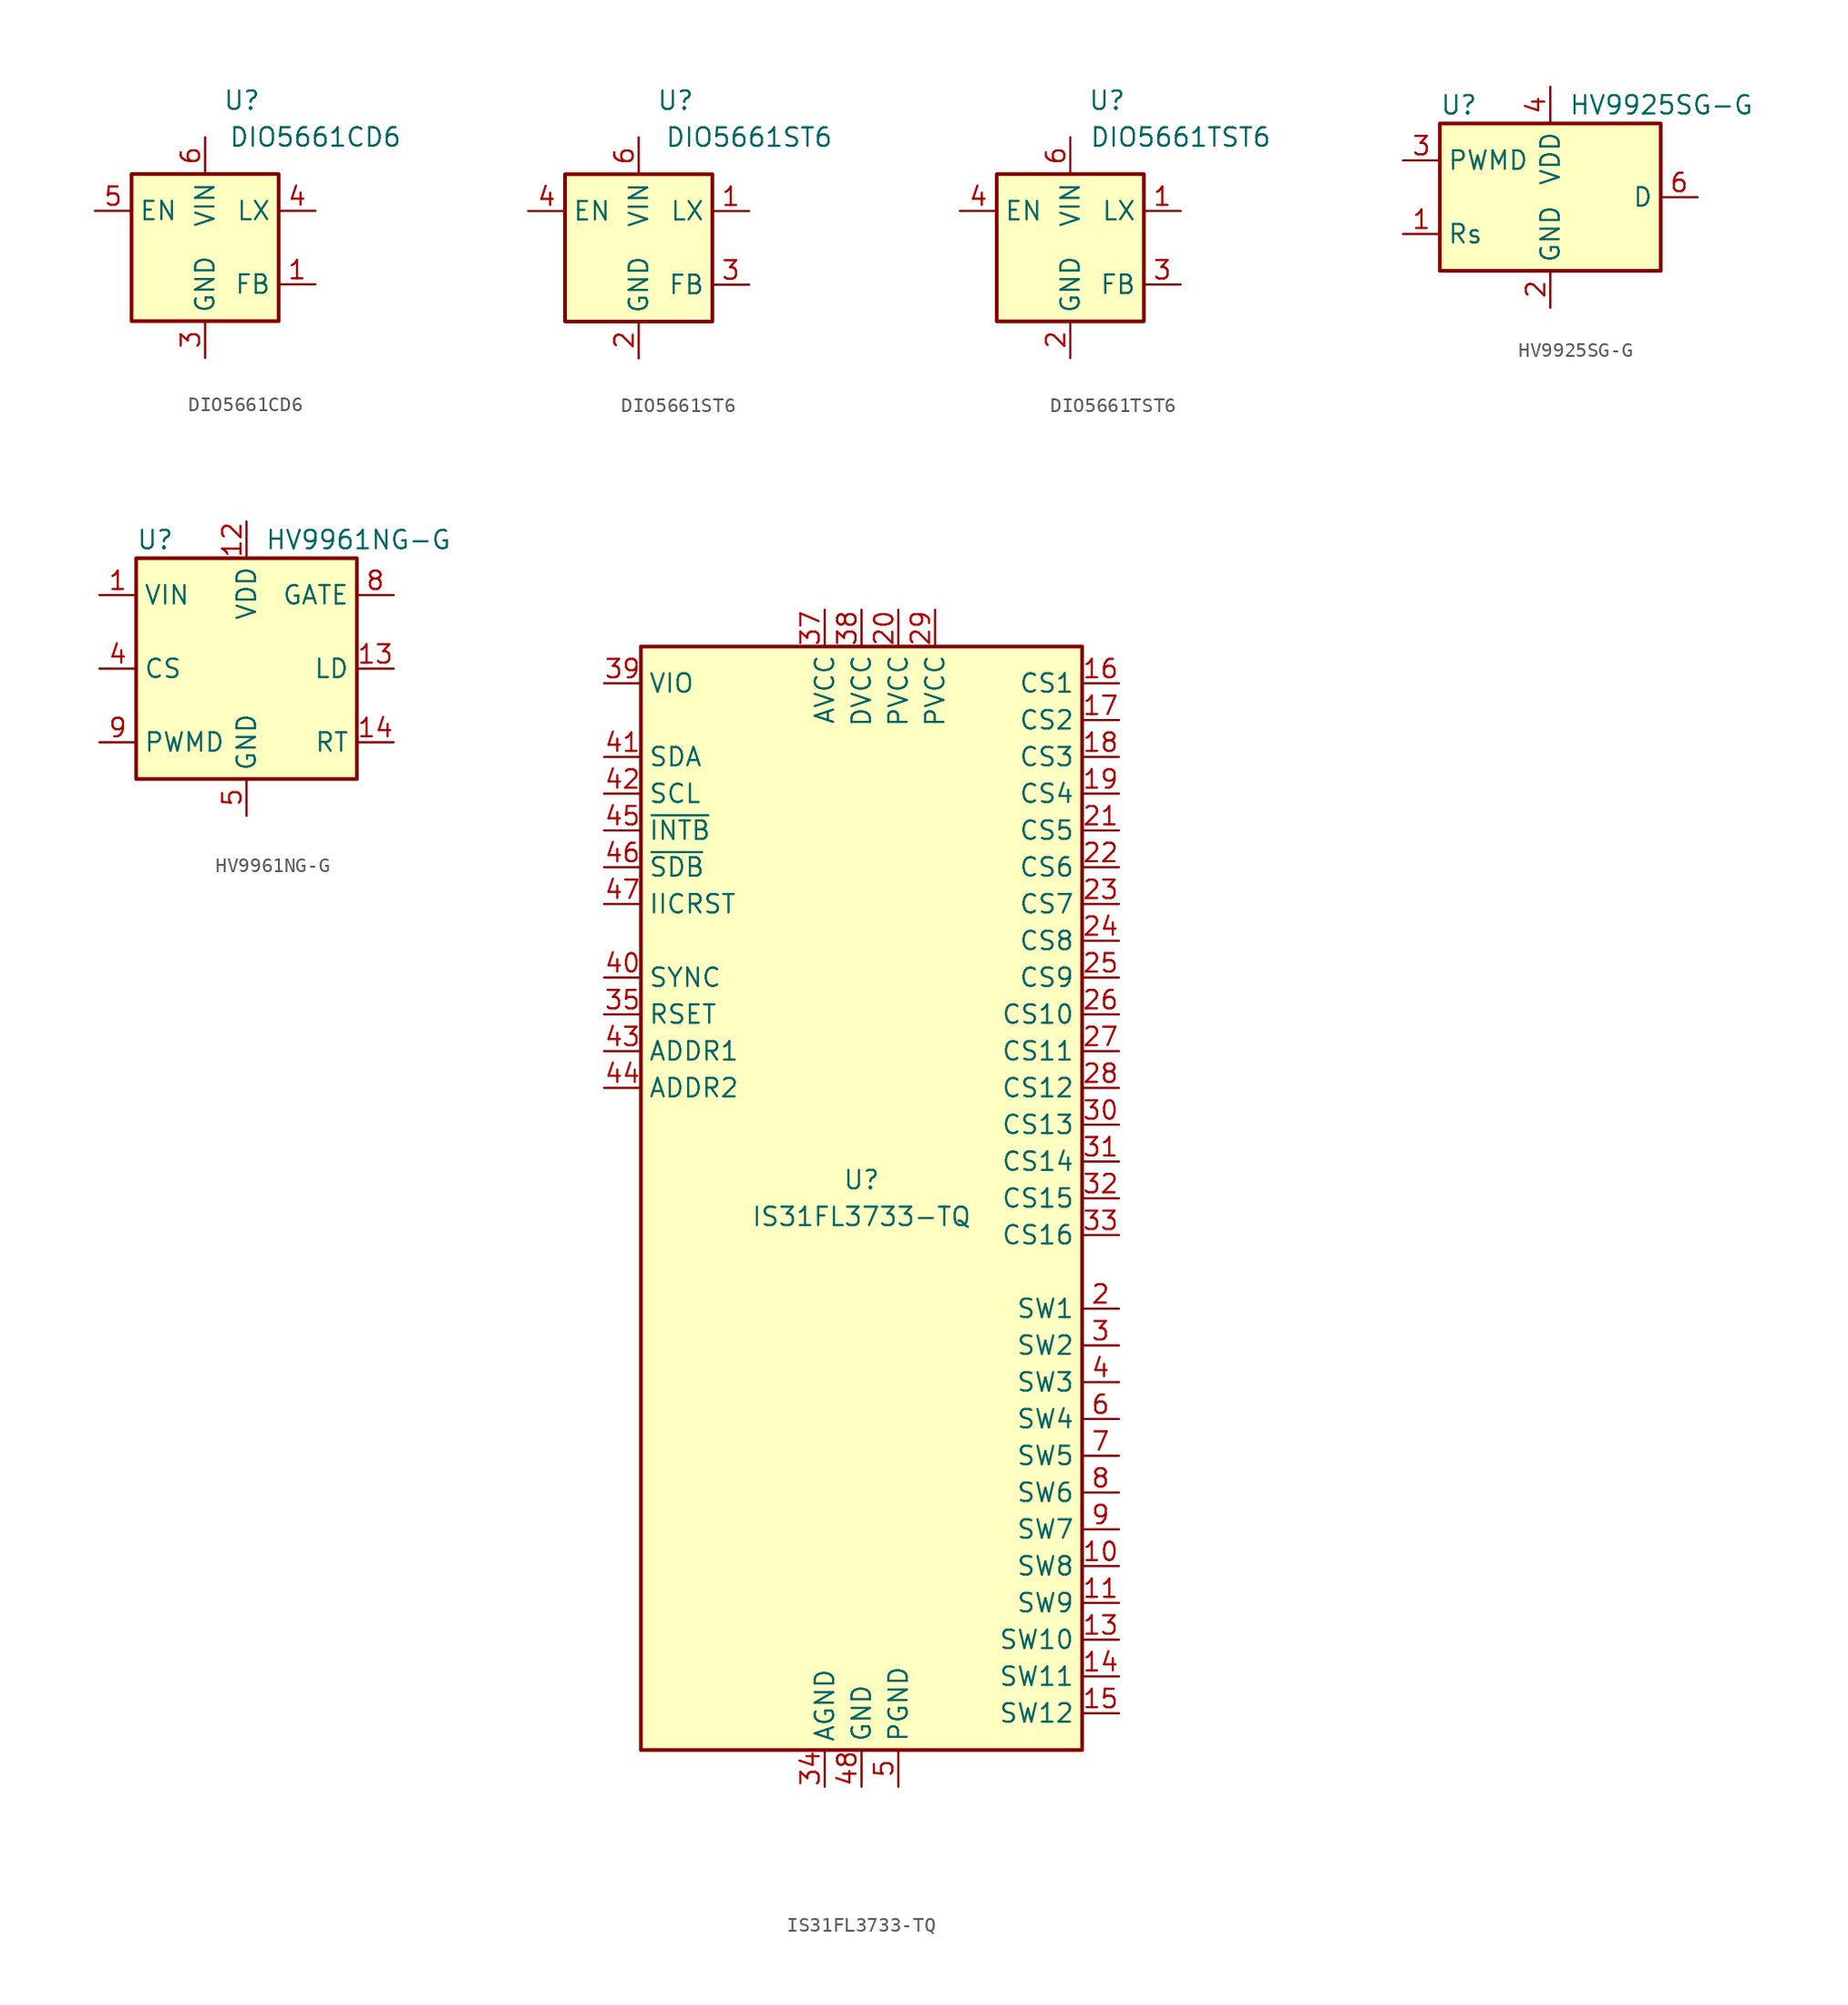
<source format=kicad_sym>
(kicad_symbol_lib
  (version 20200908)
  (generator kicad_symbol_editor)
  (symbol "Driver_LED:DIO5661CD6"
    (property "Reference" "U"
      (at 2.54 10.16 0)
      (effects (font (size 1.27 1.27))))
    (property "Value" "DIO5661CD6"
      (at 7.62 7.62 0)
      (effects (font (size 1.27 1.27))))
    (symbol "DIO5661CD6_0_1"
      (rectangle (start 5.08 -5.08) (end -5.08 5.08) (stroke (width 0.254)) (fill (type background))))
    (symbol "DIO5661CD6_1_1"
      (pin input line (at 7.62 -2.54 180) (length 2.54) (name "FB" (effects (font (size 1.27 1.27)))) (number "1" (effects (font (size 1.27 1.27)))))
      (pin unconnected line (at -5.08 -2.54 0) (length 2.54) hide (name "~" (effects (font (size 1.27 1.27)))) (number "2" (effects (font (size 1.27 1.27)))))
      (pin power_in line (at 0 -7.62 90) (length 2.54) (name "GND" (effects (font (size 1.27 1.27)))) (number "3" (effects (font (size 1.27 1.27)))))
      (pin open_collector line (at 7.62 2.54 180) (length 2.54) (name "LX" (effects (font (size 1.27 1.27)))) (number "4" (effects (font (size 1.27 1.27)))))
      (pin input line (at -7.62 2.54 0) (length 2.54) (name "EN" (effects (font (size 1.27 1.27)))) (number "5" (effects (font (size 1.27 1.27)))))
      (pin power_in line (at 0 7.62 270) (length 2.54) (name "VIN" (effects (font (size 1.27 1.27)))) (number "6" (effects (font (size 1.27 1.27)))))
      (pin passive line (at 0 -7.62 90) (length 2.54) hide (name "GND" (effects (font (size 1.27 1.27)))) (number "7" (effects (font (size 1.27 1.27)))))))
  (symbol "Driver_LED:DIO5661ST6"
    (property "Reference" "U"
      (at 2.54 10.16 0)
      (effects (font (size 1.27 1.27))))
    (property "Value" "DIO5661ST6"
      (at 7.62 7.62 0)
      (effects (font (size 1.27 1.27))))
    (symbol "DIO5661ST6_0_1"
      (rectangle (start 5.08 -5.08) (end -5.08 5.08) (stroke (width 0.254)) (fill (type background))))
    (symbol "DIO5661ST6_1_1"
      (pin open_collector line (at 7.62 2.54 180) (length 2.54) (name "LX" (effects (font (size 1.27 1.27)))) (number "1" (effects (font (size 1.27 1.27)))))
      (pin power_in line (at 0 -7.62 90) (length 2.54) (name "GND" (effects (font (size 1.27 1.27)))) (number "2" (effects (font (size 1.27 1.27)))))
      (pin input line (at 7.62 -2.54 180) (length 2.54) (name "FB" (effects (font (size 1.27 1.27)))) (number "3" (effects (font (size 1.27 1.27)))))
      (pin input line (at -7.62 2.54 0) (length 2.54) (name "EN" (effects (font (size 1.27 1.27)))) (number "4" (effects (font (size 1.27 1.27)))))
      (pin unconnected line (at -5.08 -2.54 0) (length 2.54) hide (name "~" (effects (font (size 1.27 1.27)))) (number "5" (effects (font (size 1.27 1.27)))))
      (pin power_in line (at 0 7.62 270) (length 2.54) (name "VIN" (effects (font (size 1.27 1.27)))) (number "6" (effects (font (size 1.27 1.27)))))))
  (symbol "Driver_LED:DIO5661TST6"
    (property "Reference" "U"
      (at 2.54 10.16 0)
      (effects (font (size 1.27 1.27))))
    (property "Value" "DIO5661TST6"
      (at 7.62 7.62 0)
      (effects (font (size 1.27 1.27))))
    (symbol "DIO5661TST6_0_1"
      (rectangle (start 5.08 -5.08) (end -5.08 5.08) (stroke (width 0.254)) (fill (type background))))
    (symbol "DIO5661TST6_1_1"
      (pin open_collector line (at 7.62 2.54 180) (length 2.54) (name "LX" (effects (font (size 1.27 1.27)))) (number "1" (effects (font (size 1.27 1.27)))))
      (pin power_in line (at 0 -7.62 90) (length 2.54) (name "GND" (effects (font (size 1.27 1.27)))) (number "2" (effects (font (size 1.27 1.27)))))
      (pin input line (at 7.62 -2.54 180) (length 2.54) (name "FB" (effects (font (size 1.27 1.27)))) (number "3" (effects (font (size 1.27 1.27)))))
      (pin input line (at -7.62 2.54 0) (length 2.54) (name "EN" (effects (font (size 1.27 1.27)))) (number "4" (effects (font (size 1.27 1.27)))))
      (pin unconnected line (at -5.08 -2.54 0) (length 2.54) hide (name "~" (effects (font (size 1.27 1.27)))) (number "5" (effects (font (size 1.27 1.27)))))
      (pin power_in line (at 0 7.62 270) (length 2.54) (name "VIN" (effects (font (size 1.27 1.27)))) (number "6" (effects (font (size 1.27 1.27)))))))
  (symbol "Driver_LED:HV9925SG-G"
    (property "Reference" "U"
      (at -7.62 6.35 0)
      (effects (font (size 1.27 1.27)) (justify left)))
    (property "Value" "HV9925SG-G"
      (at 1.27 6.35 0)
      (effects (font (size 1.27 1.27)) (justify left)))
    (symbol "HV9925SG-G_0_1"
      (rectangle (start -7.62 5.08) (end 7.62 -5.08) (stroke (width 0.254)) (fill (type background))))
    (symbol "HV9925SG-G_1_1"
      (pin passive line (at -10.16 -2.54 0) (length 2.54) (name "Rs" (effects (font (size 1.27 1.27)))) (number "1" (effects (font (size 1.27 1.27)))))
      (pin power_in line (at 0 -7.62 90) (length 2.54) (name "GND" (effects (font (size 1.27 1.27)))) (number "2" (effects (font (size 1.27 1.27)))))
      (pin input line (at -10.16 2.54 0) (length 2.54) (name "PWMD" (effects (font (size 1.27 1.27)))) (number "3" (effects (font (size 1.27 1.27)))))
      (pin power_out line (at 0 7.62 270) (length 2.54) (name "VDD" (effects (font (size 1.27 1.27)))) (number "4" (effects (font (size 1.27 1.27)))))
      (pin unconnected line (at -7.62 0 0) (length 2.54) hide (name "NC" (effects (font (size 1.27 1.27)))) (number "5" (effects (font (size 1.27 1.27)))))
      (pin input line (at 10.16 0 180) (length 2.54) (name "D" (effects (font (size 1.27 1.27)))) (number "6" (effects (font (size 1.27 1.27)))))
      (pin input line (at 10.16 0 180) (length 2.54) hide (name "D" (effects (font (size 1.27 1.27)))) (number "7" (effects (font (size 1.27 1.27)))))
      (pin input line (at 10.16 0 180) (length 2.54) hide (name "D" (effects (font (size 1.27 1.27)))) (number "8" (effects (font (size 1.27 1.27)))))))
  (symbol "Driver_LED:HV9961NG-G"
    (property "Reference" "U"
      (at -7.62 8.89 0)
      (effects (font (size 1.27 1.27)) (justify left)))
    (property "Value" "HV9961NG-G"
      (at 1.27 8.89 0)
      (effects (font (size 1.27 1.27)) (justify left)))
    (symbol "HV9961NG-G_0_1"
      (rectangle (start -7.62 7.62) (end 7.62 -7.62) (stroke (width 0.254)) (fill (type background))))
    (symbol "HV9961NG-G_1_1"
      (pin power_in line (at -10.16 5.08 0) (length 2.54) (name "VIN" (effects (font (size 1.27 1.27)))) (number "1" (effects (font (size 1.27 1.27)))))
      (pin unconnected line (at 7.62 -2.54 180) (length 2.54) hide (name "NC" (effects (font (size 1.27 1.27)))) (number "10" (effects (font (size 1.27 1.27)))))
      (pin unconnected line (at 7.62 0 180) (length 2.54) hide (name "NC" (effects (font (size 1.27 1.27)))) (number "11" (effects (font (size 1.27 1.27)))))
      (pin power_out line (at 0 10.16 270) (length 2.54) (name "VDD" (effects (font (size 1.27 1.27)))) (number "12" (effects (font (size 1.27 1.27)))))
      (pin input line (at 10.16 0 180) (length 2.54) (name "LD" (effects (font (size 1.27 1.27)))) (number "13" (effects (font (size 1.27 1.27)))))
      (pin input line (at 10.16 -5.08 180) (length 2.54) (name "RT" (effects (font (size 1.27 1.27)))) (number "14" (effects (font (size 1.27 1.27)))))
      (pin unconnected line (at 7.62 2.54 180) (length 2.54) hide (name "NC" (effects (font (size 1.27 1.27)))) (number "15" (effects (font (size 1.27 1.27)))))
      (pin unconnected line (at 7.62 5.08 180) (length 2.54) hide (name "NC" (effects (font (size 1.27 1.27)))) (number "16" (effects (font (size 1.27 1.27)))))
      (pin unconnected line (at -7.62 5.08 0) (length 2.54) hide (name "NC" (effects (font (size 1.27 1.27)))) (number "2" (effects (font (size 1.27 1.27)))))
      (pin unconnected line (at -7.62 2.54 0) (length 2.54) hide (name "NC" (effects (font (size 1.27 1.27)))) (number "3" (effects (font (size 1.27 1.27)))))
      (pin input line (at -10.16 0 0) (length 2.54) (name "CS" (effects (font (size 1.27 1.27)))) (number "4" (effects (font (size 1.27 1.27)))))
      (pin power_in line (at 0 -10.16 90) (length 2.54) (name "GND" (effects (font (size 1.27 1.27)))) (number "5" (effects (font (size 1.27 1.27)))))
      (pin unconnected line (at -7.62 0 0) (length 2.54) hide (name "NC" (effects (font (size 1.27 1.27)))) (number "6" (effects (font (size 1.27 1.27)))))
      (pin unconnected line (at -7.62 -2.54 0) (length 2.54) hide (name "NC" (effects (font (size 1.27 1.27)))) (number "7" (effects (font (size 1.27 1.27)))))
      (pin output line (at 10.16 5.08 180) (length 2.54) (name "GATE" (effects (font (size 1.27 1.27)))) (number "8" (effects (font (size 1.27 1.27)))))
      (pin output line (at -10.16 -5.08 0) (length 2.54) (name "PWMD" (effects (font (size 1.27 1.27)))) (number "9" (effects (font (size 1.27 1.27)))))))
  (symbol "Driver_LED:IS31FL3733-TQ"
    (property "Reference" "U"
      (at 0 1.27 0)
      (effects (font (size 1.27 1.27))))
    (property "Value" "IS31FL3733-TQ"
      (at 0 -1.27 0)
      (effects (font (size 1.27 1.27))))
    (symbol "IS31FL3733-TQ_0_1"
      (rectangle (start -15.24 38.1) (end 15.24 -38.1) (stroke (width 0.254)) (fill (type background))))
    (symbol "IS31FL3733-TQ_1_1"
      (pin unconnected line (at -15.24 -33.02 0) (length 2.54) hide (name "NC" (effects (font (size 1.27 1.27)))) (number "1" (effects (font (size 1.27 1.27)))))
      (pin input line (at 17.78 -25.4 180) (length 2.54) (name "SW8" (effects (font (size 1.27 1.27)))) (number "10" (effects (font (size 1.27 1.27)))))
      (pin input line (at 17.78 -27.94 180) (length 2.54) (name "SW9" (effects (font (size 1.27 1.27)))) (number "11" (effects (font (size 1.27 1.27)))))
      (pin passive line (at 2.54 -40.64 90) (length 2.54) hide (name "PGND" (effects (font (size 1.27 1.27)))) (number "12" (effects (font (size 1.27 1.27)))))
      (pin input line (at 17.78 -30.48 180) (length 2.54) (name "SW10" (effects (font (size 1.27 1.27)))) (number "13" (effects (font (size 1.27 1.27)))))
      (pin input line (at 17.78 -33.02 180) (length 2.54) (name "SW11" (effects (font (size 1.27 1.27)))) (number "14" (effects (font (size 1.27 1.27)))))
      (pin input line (at 17.78 -35.56 180) (length 2.54) (name "SW12" (effects (font (size 1.27 1.27)))) (number "15" (effects (font (size 1.27 1.27)))))
      (pin output line (at 17.78 35.56 180) (length 2.54) (name "CS1" (effects (font (size 1.27 1.27)))) (number "16" (effects (font (size 1.27 1.27)))))
      (pin output line (at 17.78 33.02 180) (length 2.54) (name "CS2" (effects (font (size 1.27 1.27)))) (number "17" (effects (font (size 1.27 1.27)))))
      (pin output line (at 17.78 30.48 180) (length 2.54) (name "CS3" (effects (font (size 1.27 1.27)))) (number "18" (effects (font (size 1.27 1.27)))))
      (pin output line (at 17.78 27.94 180) (length 2.54) (name "CS4" (effects (font (size 1.27 1.27)))) (number "19" (effects (font (size 1.27 1.27)))))
      (pin input line (at 17.78 -7.62 180) (length 2.54) (name "SW1" (effects (font (size 1.27 1.27)))) (number "2" (effects (font (size 1.27 1.27)))))
      (pin power_in line (at 2.54 40.64 270) (length 2.54) (name "PVCC" (effects (font (size 1.27 1.27)))) (number "20" (effects (font (size 1.27 1.27)))))
      (pin output line (at 17.78 25.4 180) (length 2.54) (name "CS5" (effects (font (size 1.27 1.27)))) (number "21" (effects (font (size 1.27 1.27)))))
      (pin output line (at 17.78 22.86 180) (length 2.54) (name "CS6" (effects (font (size 1.27 1.27)))) (number "22" (effects (font (size 1.27 1.27)))))
      (pin output line (at 17.78 20.32 180) (length 2.54) (name "CS7" (effects (font (size 1.27 1.27)))) (number "23" (effects (font (size 1.27 1.27)))))
      (pin output line (at 17.78 17.78 180) (length 2.54) (name "CS8" (effects (font (size 1.27 1.27)))) (number "24" (effects (font (size 1.27 1.27)))))
      (pin output line (at 17.78 15.24 180) (length 2.54) (name "CS9" (effects (font (size 1.27 1.27)))) (number "25" (effects (font (size 1.27 1.27)))))
      (pin output line (at 17.78 12.7 180) (length 2.54) (name "CS10" (effects (font (size 1.27 1.27)))) (number "26" (effects (font (size 1.27 1.27)))))
      (pin output line (at 17.78 10.16 180) (length 2.54) (name "CS11" (effects (font (size 1.27 1.27)))) (number "27" (effects (font (size 1.27 1.27)))))
      (pin output line (at 17.78 7.62 180) (length 2.54) (name "CS12" (effects (font (size 1.27 1.27)))) (number "28" (effects (font (size 1.27 1.27)))))
      (pin power_in line (at 5.08 40.64 270) (length 2.54) (name "PVCC" (effects (font (size 1.27 1.27)))) (number "29" (effects (font (size 1.27 1.27)))))
      (pin input line (at 17.78 -10.16 180) (length 2.54) (name "SW2" (effects (font (size 1.27 1.27)))) (number "3" (effects (font (size 1.27 1.27)))))
      (pin output line (at 17.78 5.08 180) (length 2.54) (name "CS13" (effects (font (size 1.27 1.27)))) (number "30" (effects (font (size 1.27 1.27)))))
      (pin output line (at 17.78 2.54 180) (length 2.54) (name "CS14" (effects (font (size 1.27 1.27)))) (number "31" (effects (font (size 1.27 1.27)))))
      (pin output line (at 17.78 0 180) (length 2.54) (name "CS15" (effects (font (size 1.27 1.27)))) (number "32" (effects (font (size 1.27 1.27)))))
      (pin output line (at 17.78 -2.54 180) (length 2.54) (name "CS16" (effects (font (size 1.27 1.27)))) (number "33" (effects (font (size 1.27 1.27)))))
      (pin power_in line (at -2.54 -40.64 90) (length 2.54) (name "AGND" (effects (font (size 1.27 1.27)))) (number "34" (effects (font (size 1.27 1.27)))))
      (pin passive line (at -17.78 12.7 0) (length 2.54) (name "RSET" (effects (font (size 1.27 1.27)))) (number "35" (effects (font (size 1.27 1.27)))))
      (pin unconnected line (at -15.24 -35.56 0) (length 2.54) hide (name "NC" (effects (font (size 1.27 1.27)))) (number "36" (effects (font (size 1.27 1.27)))))
      (pin power_in line (at -2.54 40.64 270) (length 2.54) (name "AVCC" (effects (font (size 1.27 1.27)))) (number "37" (effects (font (size 1.27 1.27)))))
      (pin power_in line (at 0 40.64 270) (length 2.54) (name "DVCC" (effects (font (size 1.27 1.27)))) (number "38" (effects (font (size 1.27 1.27)))))
      (pin input line (at -17.78 35.56 0) (length 2.54) (name "VIO" (effects (font (size 1.27 1.27)))) (number "39" (effects (font (size 1.27 1.27)))))
      (pin input line (at 17.78 -12.7 180) (length 2.54) (name "SW3" (effects (font (size 1.27 1.27)))) (number "4" (effects (font (size 1.27 1.27)))))
      (pin input line (at -17.78 15.24 0) (length 2.54) (name "SYNC" (effects (font (size 1.27 1.27)))) (number "40" (effects (font (size 1.27 1.27)))))
      (pin bidirectional line (at -17.78 30.48 0) (length 2.54) (name "SDA" (effects (font (size 1.27 1.27)))) (number "41" (effects (font (size 1.27 1.27)))))
      (pin input line (at -17.78 27.94 0) (length 2.54) (name "SCL" (effects (font (size 1.27 1.27)))) (number "42" (effects (font (size 1.27 1.27)))))
      (pin input line (at -17.78 10.16 0) (length 2.54) (name "ADDR1" (effects (font (size 1.27 1.27)))) (number "43" (effects (font (size 1.27 1.27)))))
      (pin input line (at -17.78 7.62 0) (length 2.54) (name "ADDR2" (effects (font (size 1.27 1.27)))) (number "44" (effects (font (size 1.27 1.27)))))
      (pin open_collector line (at -17.78 25.4 0) (length 2.54) (name "~INTB" (effects (font (size 1.27 1.27)))) (number "45" (effects (font (size 1.27 1.27)))))
      (pin input line (at -17.78 22.86 0) (length 2.54) (name "~SDB" (effects (font (size 1.27 1.27)))) (number "46" (effects (font (size 1.27 1.27)))))
      (pin input line (at -17.78 20.32 0) (length 2.54) (name "IICRST" (effects (font (size 1.27 1.27)))) (number "47" (effects (font (size 1.27 1.27)))))
      (pin power_in line (at 0 -40.64 90) (length 2.54) (name "GND" (effects (font (size 1.27 1.27)))) (number "48" (effects (font (size 1.27 1.27)))))
      (pin passive line (at 0 -40.64 90) (length 2.54) hide (name "GND" (effects (font (size 1.27 1.27)))) (number "49" (effects (font (size 1.27 1.27)))))
      (pin power_in line (at 2.54 -40.64 90) (length 2.54) (name "PGND" (effects (font (size 1.27 1.27)))) (number "5" (effects (font (size 1.27 1.27)))))
      (pin input line (at 17.78 -15.24 180) (length 2.54) (name "SW4" (effects (font (size 1.27 1.27)))) (number "6" (effects (font (size 1.27 1.27)))))
      (pin input line (at 17.78 -17.78 180) (length 2.54) (name "SW5" (effects (font (size 1.27 1.27)))) (number "7" (effects (font (size 1.27 1.27)))))
      (pin input line (at 17.78 -20.32 180) (length 2.54) (name "SW6" (effects (font (size 1.27 1.27)))) (number "8" (effects (font (size 1.27 1.27)))))
      (pin input line (at 17.78 -22.86 180) (length 2.54) (name "SW7" (effects (font (size 1.27 1.27)))) (number "9" (effects (font (size 1.27 1.27))))))))
</source>
